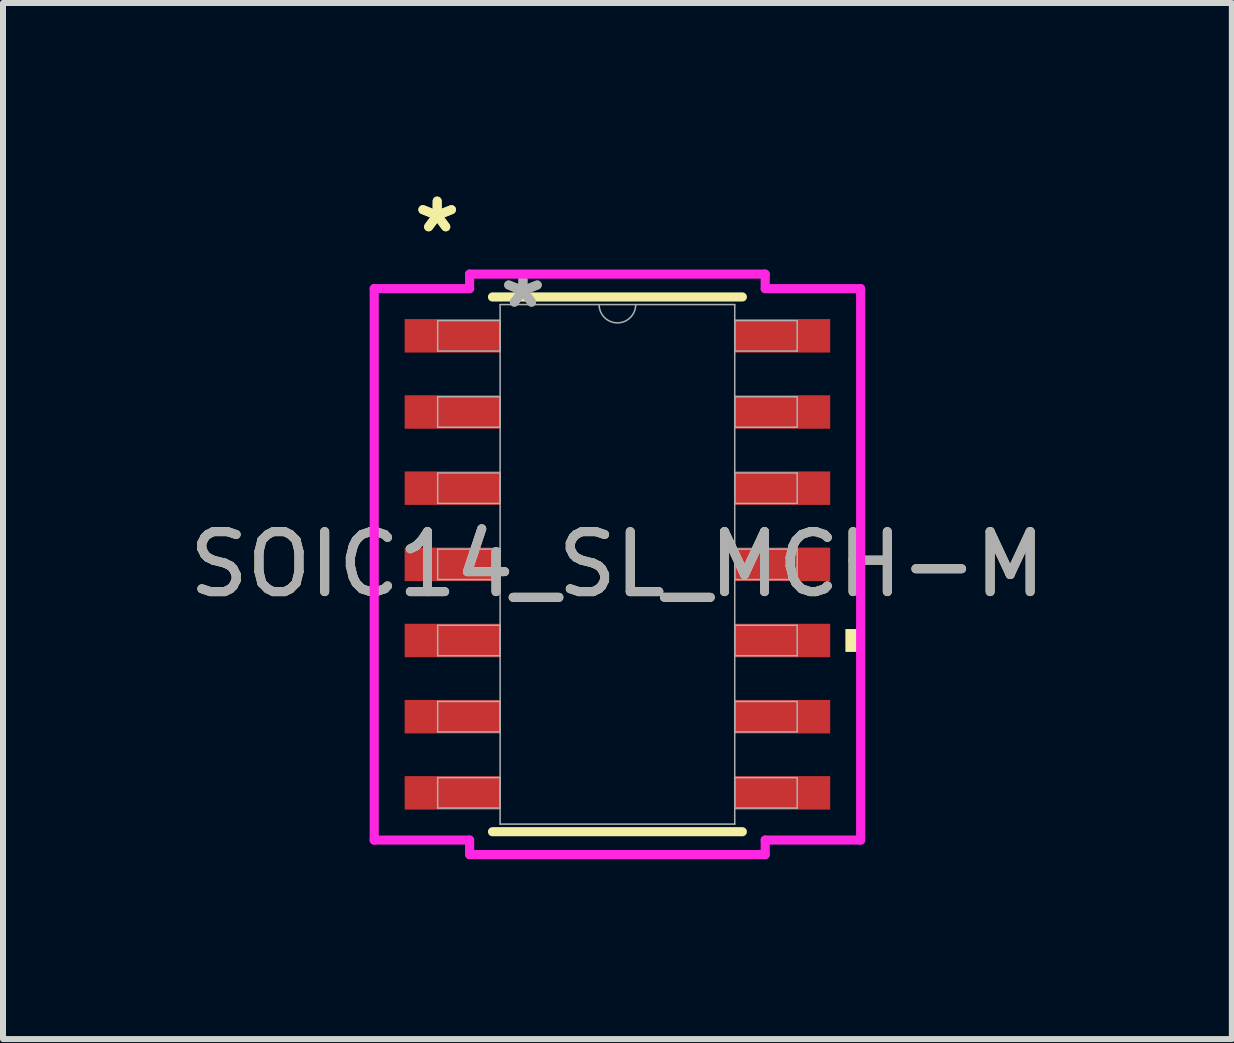
<source format=kicad_pcb>
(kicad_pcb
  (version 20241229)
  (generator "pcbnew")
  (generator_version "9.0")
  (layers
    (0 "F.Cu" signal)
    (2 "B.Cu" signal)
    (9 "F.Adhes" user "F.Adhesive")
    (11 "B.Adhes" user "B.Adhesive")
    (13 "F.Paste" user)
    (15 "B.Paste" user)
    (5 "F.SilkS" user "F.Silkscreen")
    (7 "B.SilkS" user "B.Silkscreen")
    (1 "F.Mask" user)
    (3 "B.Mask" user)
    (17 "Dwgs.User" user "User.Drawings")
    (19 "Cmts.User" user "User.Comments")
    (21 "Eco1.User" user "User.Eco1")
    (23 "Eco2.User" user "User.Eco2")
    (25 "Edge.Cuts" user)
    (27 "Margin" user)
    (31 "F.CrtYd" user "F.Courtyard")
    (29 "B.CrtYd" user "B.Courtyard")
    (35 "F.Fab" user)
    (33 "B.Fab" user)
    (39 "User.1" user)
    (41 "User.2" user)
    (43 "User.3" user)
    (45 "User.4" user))
  (footprint "SOIC14_SL_MCH-M"
    (layer "F.Cu")
    (at 7.244 6.359)
    (property "Reference" "SOIC14_SL_MCH-M" (at 0 0 0) (unlocked yes) (layer "F.SilkS") (effects (font (size 1 1) (thickness 0.15))))
    (attr smd)
    (fp_line (start -2.083 4.458) (end 2.083 4.458) (stroke (width 0.152) (type solid)) (layer "F.SilkS"))
    (fp_line (start 2.083 -4.458) (end -2.083 -4.458) (stroke (width 0.152) (type solid)) (layer "F.SilkS"))
    (fp_poly (pts (xy 4.055 1.079) (xy 4.055 1.46) (xy 3.801 1.46) (xy 3.801 1.079)) (stroke (width 0) (type solid)) (fill yes) (layer "F.SilkS"))
    (fp_line (start -4.055 -4.597) (end -2.464 -4.597) (stroke (width 0.152) (type solid)) (layer "F.CrtYd"))
    (fp_line (start -4.055 4.597) (end -4.055 -4.597) (stroke (width 0.152) (type solid)) (layer "F.CrtYd"))
    (fp_line (start -4.055 4.597) (end -2.464 4.597) (stroke (width 0.152) (type solid)) (layer "F.CrtYd"))
    (fp_line (start -2.464 -4.839) (end 2.464 -4.839) (stroke (width 0.152) (type solid)) (layer "F.CrtYd"))
    (fp_line (start -2.464 -4.597) (end -2.464 -4.839) (stroke (width 0.152) (type solid)) (layer "F.CrtYd"))
    (fp_line (start -2.464 4.839) (end -2.464 4.597) (stroke (width 0.152) (type solid)) (layer "F.CrtYd"))
    (fp_line (start 2.464 -4.839) (end 2.464 -4.597) (stroke (width 0.152) (type solid)) (layer "F.CrtYd"))
    (fp_line (start 2.464 4.597) (end 2.464 4.839) (stroke (width 0.152) (type solid)) (layer "F.CrtYd"))
    (fp_line (start 2.464 4.839) (end -2.464 4.839) (stroke (width 0.152) (type solid)) (layer "F.CrtYd"))
    (fp_line (start 4.055 -4.597) (end 2.464 -4.597) (stroke (width 0.152) (type solid)) (layer "F.CrtYd"))
    (fp_line (start 4.055 -4.597) (end 4.055 4.597) (stroke (width 0.152) (type solid)) (layer "F.CrtYd"))
    (fp_line (start 4.055 4.597) (end 2.464 4.597) (stroke (width 0.152) (type solid)) (layer "F.CrtYd"))
    (fp_line (start -2.997 -4.064) (end -2.997 -3.556) (stroke (width 0.025) (type solid)) (layer "F.Fab"))
    (fp_line (start -2.997 -3.556) (end -1.956 -3.556) (stroke (width 0.025) (type solid)) (layer "F.Fab"))
    (fp_line (start -2.997 -2.794) (end -2.997 -2.286) (stroke (width 0.025) (type solid)) (layer "F.Fab"))
    (fp_line (start -2.997 -2.286) (end -1.956 -2.286) (stroke (width 0.025) (type solid)) (layer "F.Fab"))
    (fp_line (start -2.997 -1.524) (end -2.997 -1.016) (stroke (width 0.025) (type solid)) (layer "F.Fab"))
    (fp_line (start -2.997 -1.016) (end -1.956 -1.016) (stroke (width 0.025) (type solid)) (layer "F.Fab"))
    (fp_line (start -2.997 -0.254) (end -2.997 0.254) (stroke (width 0.025) (type solid)) (layer "F.Fab"))
    (fp_line (start -2.997 0.254) (end -1.956 0.254) (stroke (width 0.025) (type solid)) (layer "F.Fab"))
    (fp_line (start -2.997 1.016) (end -2.997 1.524) (stroke (width 0.025) (type solid)) (layer "F.Fab"))
    (fp_line (start -2.997 1.524) (end -1.956 1.524) (stroke (width 0.025) (type solid)) (layer "F.Fab"))
    (fp_line (start -2.997 2.286) (end -2.997 2.794) (stroke (width 0.025) (type solid)) (layer "F.Fab"))
    (fp_line (start -2.997 2.794) (end -1.956 2.794) (stroke (width 0.025) (type solid)) (layer "F.Fab"))
    (fp_line (start -2.997 3.556) (end -2.997 4.064) (stroke (width 0.025) (type solid)) (layer "F.Fab"))
    (fp_line (start -2.997 4.064) (end -1.956 4.064) (stroke (width 0.025) (type solid)) (layer "F.Fab"))
    (fp_line (start -1.956 -4.331) (end -1.956 4.331) (stroke (width 0.025) (type solid)) (layer "F.Fab"))
    (fp_line (start -1.956 -4.064) (end -2.997 -4.064) (stroke (width 0.025) (type solid)) (layer "F.Fab"))
    (fp_line (start -1.956 -3.556) (end -1.956 -4.064) (stroke (width 0.025) (type solid)) (layer "F.Fab"))
    (fp_line (start -1.956 -2.794) (end -2.997 -2.794) (stroke (width 0.025) (type solid)) (layer "F.Fab"))
    (fp_line (start -1.956 -2.286) (end -1.956 -2.794) (stroke (width 0.025) (type solid)) (layer "F.Fab"))
    (fp_line (start -1.956 -1.524) (end -2.997 -1.524) (stroke (width 0.025) (type solid)) (layer "F.Fab"))
    (fp_line (start -1.956 -1.016) (end -1.956 -1.524) (stroke (width 0.025) (type solid)) (layer "F.Fab"))
    (fp_line (start -1.956 -0.254) (end -2.997 -0.254) (stroke (width 0.025) (type solid)) (layer "F.Fab"))
    (fp_line (start -1.956 0.254) (end -1.956 -0.254) (stroke (width 0.025) (type solid)) (layer "F.Fab"))
    (fp_line (start -1.956 1.016) (end -2.997 1.016) (stroke (width 0.025) (type solid)) (layer "F.Fab"))
    (fp_line (start -1.956 1.524) (end -1.956 1.016) (stroke (width 0.025) (type solid)) (layer "F.Fab"))
    (fp_line (start -1.956 2.286) (end -2.997 2.286) (stroke (width 0.025) (type solid)) (layer "F.Fab"))
    (fp_line (start -1.956 2.794) (end -1.956 2.286) (stroke (width 0.025) (type solid)) (layer "F.Fab"))
    (fp_line (start -1.956 3.556) (end -2.997 3.556) (stroke (width 0.025) (type solid)) (layer "F.Fab"))
    (fp_line (start -1.956 4.064) (end -1.956 3.556) (stroke (width 0.025) (type solid)) (layer "F.Fab"))
    (fp_line (start -1.956 4.331) (end 1.956 4.331) (stroke (width 0.025) (type solid)) (layer "F.Fab"))
    (fp_line (start 1.956 -4.331) (end -1.956 -4.331) (stroke (width 0.025) (type solid)) (layer "F.Fab"))
    (fp_line (start 1.956 -4.064) (end 1.956 -3.556) (stroke (width 0.025) (type solid)) (layer "F.Fab"))
    (fp_line (start 1.956 -3.556) (end 2.997 -3.556) (stroke (width 0.025) (type solid)) (layer "F.Fab"))
    (fp_line (start 1.956 -2.794) (end 1.956 -2.286) (stroke (width 0.025) (type solid)) (layer "F.Fab"))
    (fp_line (start 1.956 -2.286) (end 2.997 -2.286) (stroke (width 0.025) (type solid)) (layer "F.Fab"))
    (fp_line (start 1.956 -1.524) (end 1.956 -1.016) (stroke (width 0.025) (type solid)) (layer "F.Fab"))
    (fp_line (start 1.956 -1.016) (end 2.997 -1.016) (stroke (width 0.025) (type solid)) (layer "F.Fab"))
    (fp_line (start 1.956 -0.254) (end 1.956 0.254) (stroke (width 0.025) (type solid)) (layer "F.Fab"))
    (fp_line (start 1.956 0.254) (end 2.997 0.254) (stroke (width 0.025) (type solid)) (layer "F.Fab"))
    (fp_line (start 1.956 1.016) (end 1.956 1.524) (stroke (width 0.025) (type solid)) (layer "F.Fab"))
    (fp_line (start 1.956 1.524) (end 2.997 1.524) (stroke (width 0.025) (type solid)) (layer "F.Fab"))
    (fp_line (start 1.956 2.286) (end 1.956 2.794) (stroke (width 0.025) (type solid)) (layer "F.Fab"))
    (fp_line (start 1.956 2.794) (end 2.997 2.794) (stroke (width 0.025) (type solid)) (layer "F.Fab"))
    (fp_line (start 1.956 3.556) (end 1.956 4.064) (stroke (width 0.025) (type solid)) (layer "F.Fab"))
    (fp_line (start 1.956 4.064) (end 2.997 4.064) (stroke (width 0.025) (type solid)) (layer "F.Fab"))
    (fp_line (start 1.956 4.331) (end 1.956 -4.331) (stroke (width 0.025) (type solid)) (layer "F.Fab"))
    (fp_line (start 2.997 -4.064) (end 1.956 -4.064) (stroke (width 0.025) (type solid)) (layer "F.Fab"))
    (fp_line (start 2.997 -3.556) (end 2.997 -4.064) (stroke (width 0.025) (type solid)) (layer "F.Fab"))
    (fp_line (start 2.997 -2.794) (end 1.956 -2.794) (stroke (width 0.025) (type solid)) (layer "F.Fab"))
    (fp_line (start 2.997 -2.286) (end 2.997 -2.794) (stroke (width 0.025) (type solid)) (layer "F.Fab"))
    (fp_line (start 2.997 -1.524) (end 1.956 -1.524) (stroke (width 0.025) (type solid)) (layer "F.Fab"))
    (fp_line (start 2.997 -1.016) (end 2.997 -1.524) (stroke (width 0.025) (type solid)) (layer "F.Fab"))
    (fp_line (start 2.997 -0.254) (end 1.956 -0.254) (stroke (width 0.025) (type solid)) (layer "F.Fab"))
    (fp_line (start 2.997 0.254) (end 2.997 -0.254) (stroke (width 0.025) (type solid)) (layer "F.Fab"))
    (fp_line (start 2.997 1.016) (end 1.956 1.016) (stroke (width 0.025) (type solid)) (layer "F.Fab"))
    (fp_line (start 2.997 1.524) (end 2.997 1.016) (stroke (width 0.025) (type solid)) (layer "F.Fab"))
    (fp_line (start 2.997 2.286) (end 1.956 2.286) (stroke (width 0.025) (type solid)) (layer "F.Fab"))
    (fp_line (start 2.997 2.794) (end 2.997 2.286) (stroke (width 0.025) (type solid)) (layer "F.Fab"))
    (fp_line (start 2.997 3.556) (end 1.956 3.556) (stroke (width 0.025) (type solid)) (layer "F.Fab"))
    (fp_line (start 2.997 4.064) (end 2.997 3.556) (stroke (width 0.025) (type solid)) (layer "F.Fab"))
    (fp_arc (start 0.3048 -4.3307) (mid 0 -4.0259) (end -0.3048 -4.3307) (stroke (width 0.0254) (type solid)) (layer "F.Fab"))
    (fp_text user "*" (at -3.005 -5.511 0) (layer "F.SilkS") (effects (font (size 1 1) (thickness 0.15))))
    (fp_text user "*" (at -3.005 -5.511 0) (unlocked yes) (layer "F.SilkS") (effects (font (size 1 1) (thickness 0.15))))
    (fp_text user "${REFERENCE}" (at 0 0 0) (unlocked yes) (layer "F.Fab") (effects (font (size 1 1) (thickness 0.15))))
    (fp_text user "*" (at -1.575 -4.255 0) (unlocked yes) (layer "F.Fab") (effects (font (size 1 1) (thickness 0.15))))
    (fp_text user "*" (at -1.575 -4.255 0) (layer "F.Fab") (effects (font (size 1 1) (thickness 0.15))))
    (pad "1" smd rect (at -2.752 -3.81) (size 1.591 0.558) (layers "F.Cu" "F.Mask" "F.Paste"))
    (pad "2" smd rect (at -2.752 -2.54) (size 1.591 0.558) (layers "F.Cu" "F.Mask" "F.Paste"))
    (pad "3" smd rect (at -2.752 -1.27) (size 1.591 0.558) (layers "F.Cu" "F.Mask" "F.Paste"))
    (pad "4" smd rect (at -2.752 0) (size 1.591 0.558) (layers "F.Cu" "F.Mask" "F.Paste"))
    (pad "5" smd rect (at -2.752 1.27) (size 1.591 0.558) (layers "F.Cu" "F.Mask" "F.Paste"))
    (pad "6" smd rect (at -2.752 2.54) (size 1.591 0.558) (layers "F.Cu" "F.Mask" "F.Paste"))
    (pad "7" smd rect (at -2.752 3.81) (size 1.591 0.558) (layers "F.Cu" "F.Mask" "F.Paste"))
    (pad "8" smd rect (at 2.752 3.81) (size 1.591 0.558) (layers "F.Cu" "F.Mask" "F.Paste"))
    (pad "9" smd rect (at 2.752 2.54) (size 1.591 0.558) (layers "F.Cu" "F.Mask" "F.Paste"))
    (pad "10" smd rect (at 2.752 1.27) (size 1.591 0.558) (layers "F.Cu" "F.Mask" "F.Paste"))
    (pad "11" smd rect (at 2.752 0) (size 1.591 0.558) (layers "F.Cu" "F.Mask" "F.Paste"))
    (pad "12" smd rect (at 2.752 -1.27) (size 1.591 0.558) (layers "F.Cu" "F.Mask" "F.Paste"))
    (pad "13" smd rect (at 2.752 -2.54) (size 1.591 0.558) (layers "F.Cu" "F.Mask" "F.Paste"))
    (pad "14" smd rect (at 2.752 -3.81) (size 1.591 0.558) (layers "F.Cu" "F.Mask" "F.Paste")))
  (gr_rect
    (start -3 -3)
    (end 17.488 14.274)
    (stroke (width 0.1) (type default))
    (fill no)
    (layer "Edge.Cuts")))
</source>
